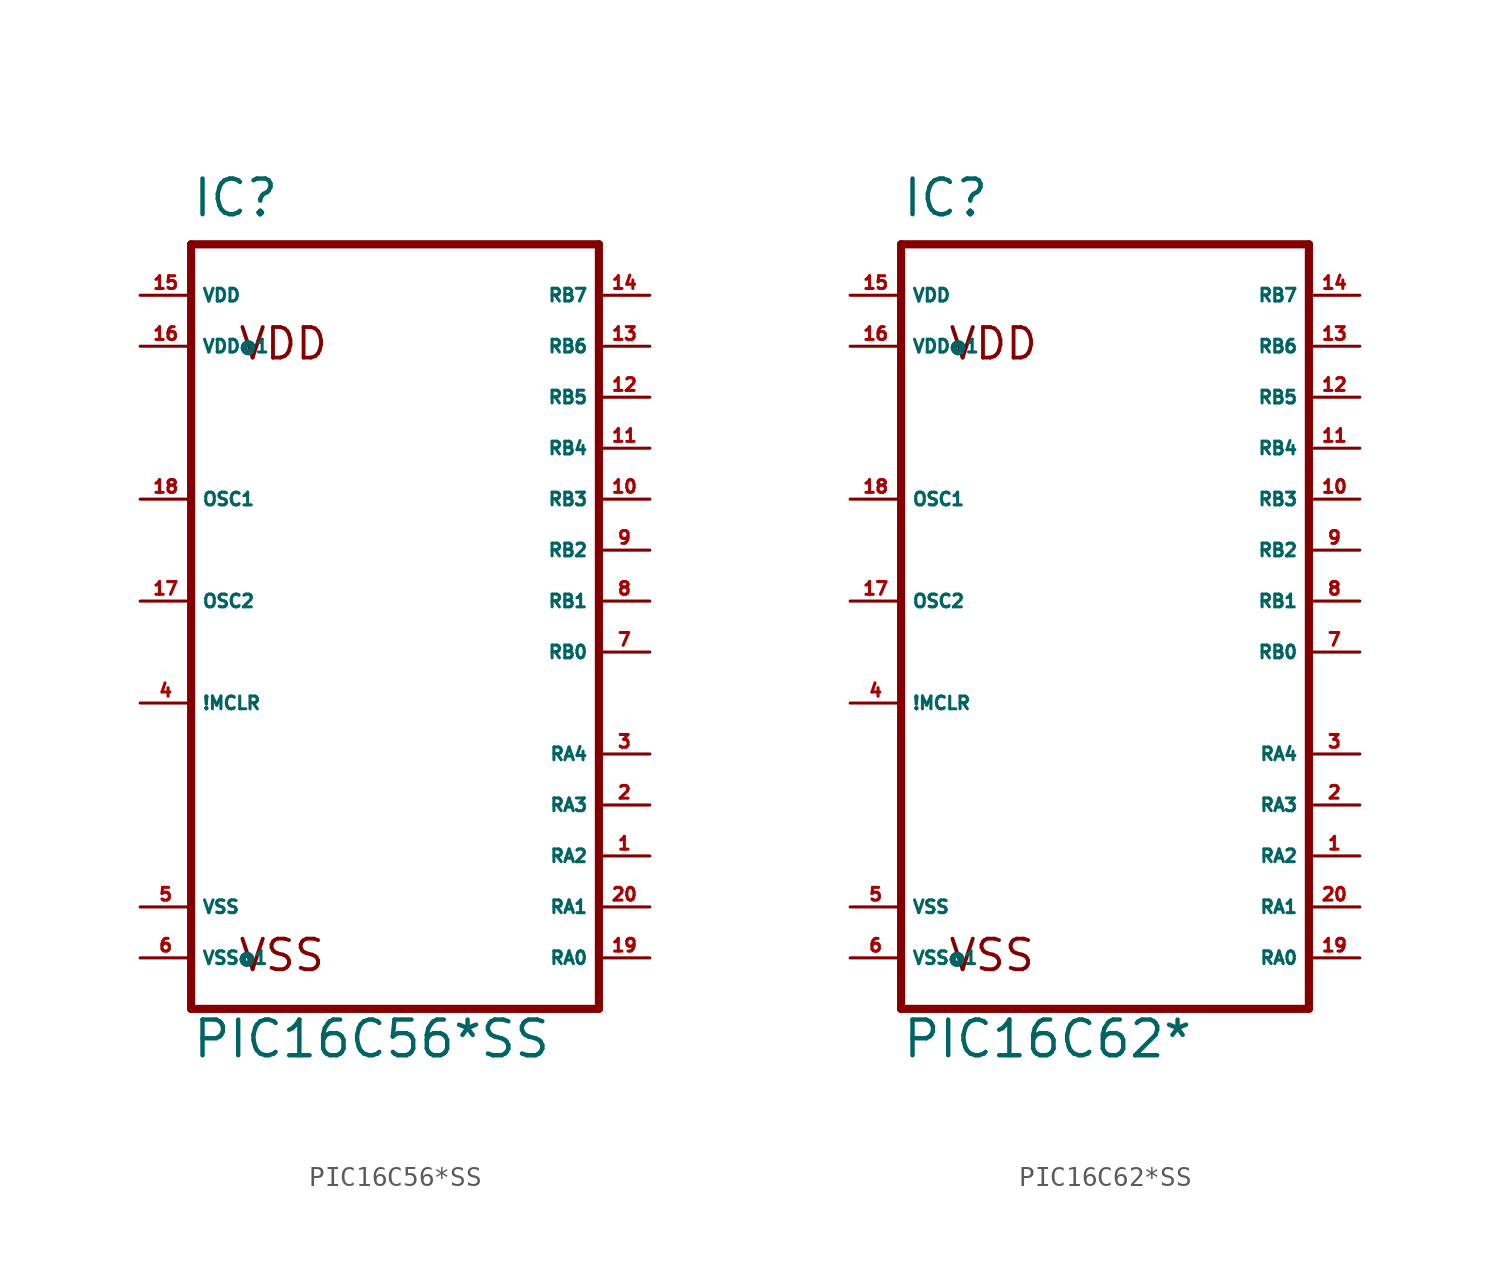
<source format=kicad_sym>
(kicad_symbol_lib
  (version 20220914)
  (generator Eagle2Kicad)
  (symbol "PIC16C56*SS"
    (property "Reference" "IC"
      (at -10.16 19.05 0)
      (effects (font (size 1.778 1.778) (thickness 0.22)) (justify left bottom)))
    (property "Value" "PIC16C56*SS"
      (at -10.16 -22.86 0)
      (effects (font (size 1.778 1.778) (thickness 0.22)) (justify left bottom)))
    (polyline
      (pts (xy 10.16 -20.32) (xy -10.16 -20.32))
      (stroke (width 0.406) (type default))
      (fill (type none)))
    (polyline
      (pts (xy -10.16 -20.32) (xy -10.16 17.78))
      (stroke (width 0.406) (type default))
      (fill (type none)))
    (polyline
      (pts (xy -10.16 17.78) (xy 10.16 17.78))
      (stroke (width 0.406) (type default))
      (fill (type none)))
    (polyline
      (pts (xy 10.16 17.78) (xy 10.16 -20.32))
      (stroke (width 0.406) (type default))
      (fill (type none)))
    (text "VDD"
      (at -7.874 11.938 0)
      (effects (font (size 1.524 1.524) (thickness 0.19)) (justify left bottom)))
    (text "VSS"
      (at -7.874 -18.542 0)
      (effects (font (size 1.524 1.524) (thickness 0.19)) (justify left bottom)))
    (pin input line
      (at -12.7 -5.08 0)
      (length 2.54)
      (name "!MCLR" (effects (font (size 0.635 0.635) (thickness 0.08)) (justify left bottom)))
      (number "4" (effects (font (size 0.635 0.635) (thickness 0.08)) (justify left bottom))))
    (pin input line
      (at -12.7 5.08 0)
      (length 2.54)
      (name "OSC1" (effects (font (size 0.635 0.635) (thickness 0.08)) (justify left bottom)))
      (number "18" (effects (font (size 0.635 0.635) (thickness 0.08)) (justify left bottom))))
    (pin bidirectional line
      (at 12.7 -17.78 180)
      (length 2.54)
      (name "RA0" (effects (font (size 0.635 0.635) (thickness 0.08)) (justify left bottom)))
      (number "19" (effects (font (size 0.635 0.635) (thickness 0.08)) (justify left bottom))))
    (pin bidirectional line
      (at 12.7 -15.24 180)
      (length 2.54)
      (name "RA1" (effects (font (size 0.635 0.635) (thickness 0.08)) (justify left bottom)))
      (number "20" (effects (font (size 0.635 0.635) (thickness 0.08)) (justify left bottom))))
    (pin bidirectional line
      (at 12.7 -12.7 180)
      (length 2.54)
      (name "RA2" (effects (font (size 0.635 0.635) (thickness 0.08)) (justify left bottom)))
      (number "1" (effects (font (size 0.635 0.635) (thickness 0.08)) (justify left bottom))))
    (pin bidirectional line
      (at 12.7 -10.16 180)
      (length 2.54)
      (name "RA3" (effects (font (size 0.635 0.635) (thickness 0.08)) (justify left bottom)))
      (number "2" (effects (font (size 0.635 0.635) (thickness 0.08)) (justify left bottom))))
    (pin bidirectional line
      (at 12.7 -7.62 180)
      (length 2.54)
      (name "RA4" (effects (font (size 0.635 0.635) (thickness 0.08)) (justify left bottom)))
      (number "3" (effects (font (size 0.635 0.635) (thickness 0.08)) (justify left bottom))))
    (pin bidirectional line
      (at 12.7 -2.54 180)
      (length 2.54)
      (name "RB0" (effects (font (size 0.635 0.635) (thickness 0.08)) (justify left bottom)))
      (number "7" (effects (font (size 0.635 0.635) (thickness 0.08)) (justify left bottom))))
    (pin bidirectional line
      (at 12.7 0 180)
      (length 2.54)
      (name "RB1" (effects (font (size 0.635 0.635) (thickness 0.08)) (justify left bottom)))
      (number "8" (effects (font (size 0.635 0.635) (thickness 0.08)) (justify left bottom))))
    (pin bidirectional line
      (at 12.7 2.54 180)
      (length 2.54)
      (name "RB2" (effects (font (size 0.635 0.635) (thickness 0.08)) (justify left bottom)))
      (number "9" (effects (font (size 0.635 0.635) (thickness 0.08)) (justify left bottom))))
    (pin bidirectional line
      (at 12.7 5.08 180)
      (length 2.54)
      (name "RB3" (effects (font (size 0.635 0.635) (thickness 0.08)) (justify left bottom)))
      (number "10" (effects (font (size 0.635 0.635) (thickness 0.08)) (justify left bottom))))
    (pin bidirectional line
      (at 12.7 7.62 180)
      (length 2.54)
      (name "RB4" (effects (font (size 0.635 0.635) (thickness 0.08)) (justify left bottom)))
      (number "11" (effects (font (size 0.635 0.635) (thickness 0.08)) (justify left bottom))))
    (pin bidirectional line
      (at 12.7 10.16 180)
      (length 2.54)
      (name "RB5" (effects (font (size 0.635 0.635) (thickness 0.08)) (justify left bottom)))
      (number "12" (effects (font (size 0.635 0.635) (thickness 0.08)) (justify left bottom))))
    (pin bidirectional line
      (at 12.7 12.7 180)
      (length 2.54)
      (name "RB6" (effects (font (size 0.635 0.635) (thickness 0.08)) (justify left bottom)))
      (number "13" (effects (font (size 0.635 0.635) (thickness 0.08)) (justify left bottom))))
    (pin bidirectional line
      (at 12.7 15.24 180)
      (length 2.54)
      (name "RB7" (effects (font (size 0.635 0.635) (thickness 0.08)) (justify left bottom)))
      (number "14" (effects (font (size 0.635 0.635) (thickness 0.08)) (justify left bottom))))
    (pin output line
      (at -12.7 0 0)
      (length 2.54)
      (name "OSC2" (effects (font (size 0.635 0.635) (thickness 0.08)) (justify left bottom)))
      (number "17" (effects (font (size 0.635 0.635) (thickness 0.08)) (justify left bottom))))
    (pin unspecified line
      (at -12.7 -15.24 0)
      (length 2.54)
      (name "VSS" (effects (font (size 0.635 0.635) (thickness 0.08)) (justify left bottom)))
      (number "5" (effects (font (size 0.635 0.635) (thickness 0.08)) (justify left bottom))))
    (pin unspecified line
      (at -12.7 -17.78 0)
      (length 2.54)
      (name "VSS@1" (effects (font (size 0.635 0.635) (thickness 0.08)) (justify left bottom)))
      (number "6" (effects (font (size 0.635 0.635) (thickness 0.08)) (justify left bottom))))
    (pin unspecified line
      (at -12.7 15.24 0)
      (length 2.54)
      (name "VDD" (effects (font (size 0.635 0.635) (thickness 0.08)) (justify left bottom)))
      (number "15" (effects (font (size 0.635 0.635) (thickness 0.08)) (justify left bottom))))
    (pin unspecified line
      (at -12.7 12.7 0)
      (length 2.54)
      (name "VDD@1" (effects (font (size 0.635 0.635) (thickness 0.08)) (justify left bottom)))
      (number "16" (effects (font (size 0.635 0.635) (thickness 0.08)) (justify left bottom)))))
  (symbol "PIC16C62*SS"
    (property "Reference" "IC"
      (at -10.16 19.05 0)
      (effects (font (size 1.778 1.778) (thickness 0.22)) (justify left bottom)))
    (property "Value" "PIC16C62*"
      (at -10.16 -22.86 0)
      (effects (font (size 1.778 1.778) (thickness 0.22)) (justify left bottom)))
    (polyline
      (pts (xy 10.16 -20.32) (xy -10.16 -20.32))
      (stroke (width 0.406) (type default))
      (fill (type none)))
    (polyline
      (pts (xy -10.16 -20.32) (xy -10.16 17.78))
      (stroke (width 0.406) (type default))
      (fill (type none)))
    (polyline
      (pts (xy -10.16 17.78) (xy 10.16 17.78))
      (stroke (width 0.406) (type default))
      (fill (type none)))
    (polyline
      (pts (xy 10.16 17.78) (xy 10.16 -20.32))
      (stroke (width 0.406) (type default))
      (fill (type none)))
    (text "VDD"
      (at -7.874 11.938 0)
      (effects (font (size 1.524 1.524) (thickness 0.19)) (justify left bottom)))
    (text "VSS"
      (at -7.874 -18.542 0)
      (effects (font (size 1.524 1.524) (thickness 0.19)) (justify left bottom)))
    (pin input line
      (at -12.7 -5.08 0)
      (length 2.54)
      (name "!MCLR" (effects (font (size 0.635 0.635) (thickness 0.08)) (justify left bottom)))
      (number "4" (effects (font (size 0.635 0.635) (thickness 0.08)) (justify left bottom))))
    (pin input line
      (at -12.7 5.08 0)
      (length 2.54)
      (name "OSC1" (effects (font (size 0.635 0.635) (thickness 0.08)) (justify left bottom)))
      (number "18" (effects (font (size 0.635 0.635) (thickness 0.08)) (justify left bottom))))
    (pin bidirectional line
      (at 12.7 -17.78 180)
      (length 2.54)
      (name "RA0" (effects (font (size 0.635 0.635) (thickness 0.08)) (justify left bottom)))
      (number "19" (effects (font (size 0.635 0.635) (thickness 0.08)) (justify left bottom))))
    (pin bidirectional line
      (at 12.7 -15.24 180)
      (length 2.54)
      (name "RA1" (effects (font (size 0.635 0.635) (thickness 0.08)) (justify left bottom)))
      (number "20" (effects (font (size 0.635 0.635) (thickness 0.08)) (justify left bottom))))
    (pin bidirectional line
      (at 12.7 -12.7 180)
      (length 2.54)
      (name "RA2" (effects (font (size 0.635 0.635) (thickness 0.08)) (justify left bottom)))
      (number "1" (effects (font (size 0.635 0.635) (thickness 0.08)) (justify left bottom))))
    (pin bidirectional line
      (at 12.7 -10.16 180)
      (length 2.54)
      (name "RA3" (effects (font (size 0.635 0.635) (thickness 0.08)) (justify left bottom)))
      (number "2" (effects (font (size 0.635 0.635) (thickness 0.08)) (justify left bottom))))
    (pin bidirectional line
      (at 12.7 -7.62 180)
      (length 2.54)
      (name "RA4" (effects (font (size 0.635 0.635) (thickness 0.08)) (justify left bottom)))
      (number "3" (effects (font (size 0.635 0.635) (thickness 0.08)) (justify left bottom))))
    (pin bidirectional line
      (at 12.7 -2.54 180)
      (length 2.54)
      (name "RB0" (effects (font (size 0.635 0.635) (thickness 0.08)) (justify left bottom)))
      (number "7" (effects (font (size 0.635 0.635) (thickness 0.08)) (justify left bottom))))
    (pin bidirectional line
      (at 12.7 0 180)
      (length 2.54)
      (name "RB1" (effects (font (size 0.635 0.635) (thickness 0.08)) (justify left bottom)))
      (number "8" (effects (font (size 0.635 0.635) (thickness 0.08)) (justify left bottom))))
    (pin bidirectional line
      (at 12.7 2.54 180)
      (length 2.54)
      (name "RB2" (effects (font (size 0.635 0.635) (thickness 0.08)) (justify left bottom)))
      (number "9" (effects (font (size 0.635 0.635) (thickness 0.08)) (justify left bottom))))
    (pin bidirectional line
      (at 12.7 5.08 180)
      (length 2.54)
      (name "RB3" (effects (font (size 0.635 0.635) (thickness 0.08)) (justify left bottom)))
      (number "10" (effects (font (size 0.635 0.635) (thickness 0.08)) (justify left bottom))))
    (pin bidirectional line
      (at 12.7 7.62 180)
      (length 2.54)
      (name "RB4" (effects (font (size 0.635 0.635) (thickness 0.08)) (justify left bottom)))
      (number "11" (effects (font (size 0.635 0.635) (thickness 0.08)) (justify left bottom))))
    (pin bidirectional line
      (at 12.7 10.16 180)
      (length 2.54)
      (name "RB5" (effects (font (size 0.635 0.635) (thickness 0.08)) (justify left bottom)))
      (number "12" (effects (font (size 0.635 0.635) (thickness 0.08)) (justify left bottom))))
    (pin bidirectional line
      (at 12.7 12.7 180)
      (length 2.54)
      (name "RB6" (effects (font (size 0.635 0.635) (thickness 0.08)) (justify left bottom)))
      (number "13" (effects (font (size 0.635 0.635) (thickness 0.08)) (justify left bottom))))
    (pin bidirectional line
      (at 12.7 15.24 180)
      (length 2.54)
      (name "RB7" (effects (font (size 0.635 0.635) (thickness 0.08)) (justify left bottom)))
      (number "14" (effects (font (size 0.635 0.635) (thickness 0.08)) (justify left bottom))))
    (pin output line
      (at -12.7 0 0)
      (length 2.54)
      (name "OSC2" (effects (font (size 0.635 0.635) (thickness 0.08)) (justify left bottom)))
      (number "17" (effects (font (size 0.635 0.635) (thickness 0.08)) (justify left bottom))))
    (pin unspecified line
      (at -12.7 -15.24 0)
      (length 2.54)
      (name "VSS" (effects (font (size 0.635 0.635) (thickness 0.08)) (justify left bottom)))
      (number "5" (effects (font (size 0.635 0.635) (thickness 0.08)) (justify left bottom))))
    (pin unspecified line
      (at -12.7 -17.78 0)
      (length 2.54)
      (name "VSS@1" (effects (font (size 0.635 0.635) (thickness 0.08)) (justify left bottom)))
      (number "6" (effects (font (size 0.635 0.635) (thickness 0.08)) (justify left bottom))))
    (pin unspecified line
      (at -12.7 15.24 0)
      (length 2.54)
      (name "VDD" (effects (font (size 0.635 0.635) (thickness 0.08)) (justify left bottom)))
      (number "15" (effects (font (size 0.635 0.635) (thickness 0.08)) (justify left bottom))))
    (pin unspecified line
      (at -12.7 12.7 0)
      (length 2.54)
      (name "VDD@1" (effects (font (size 0.635 0.635) (thickness 0.08)) (justify left bottom)))
      (number "16" (effects (font (size 0.635 0.635) (thickness 0.08)) (justify left bottom))))))
</source>
